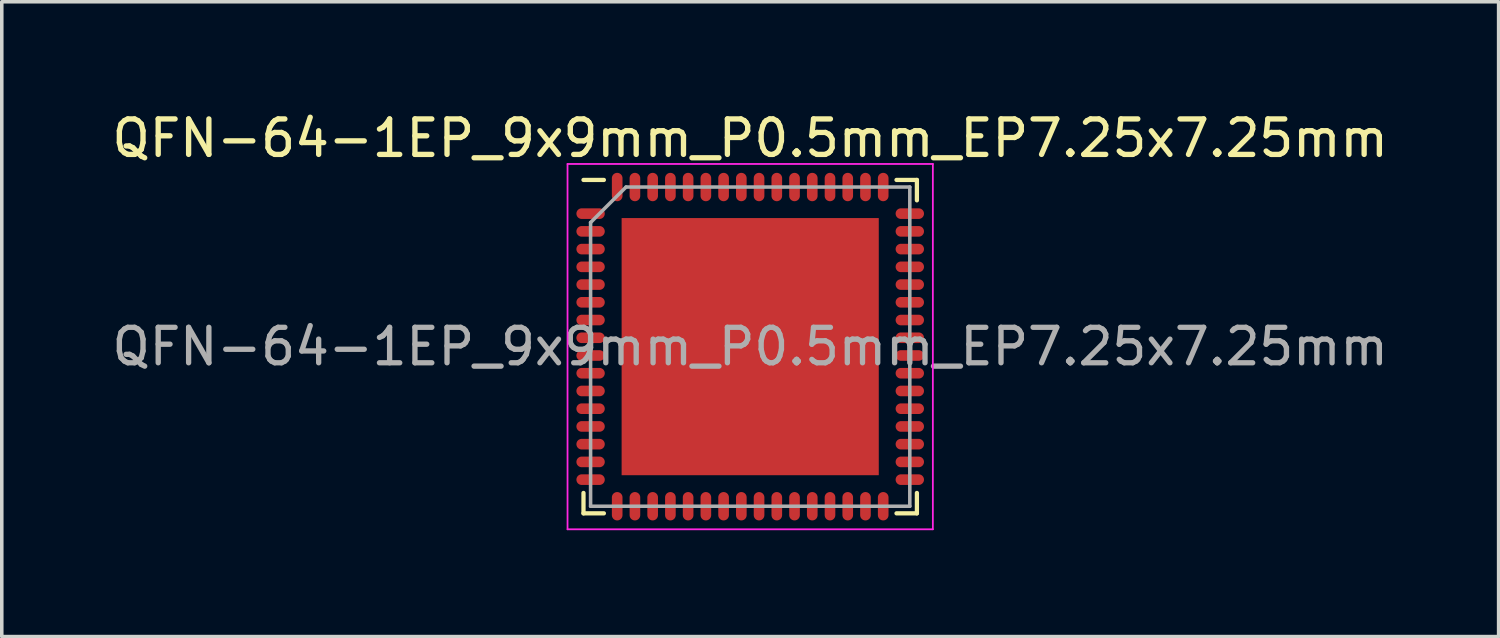
<source format=kicad_pcb>
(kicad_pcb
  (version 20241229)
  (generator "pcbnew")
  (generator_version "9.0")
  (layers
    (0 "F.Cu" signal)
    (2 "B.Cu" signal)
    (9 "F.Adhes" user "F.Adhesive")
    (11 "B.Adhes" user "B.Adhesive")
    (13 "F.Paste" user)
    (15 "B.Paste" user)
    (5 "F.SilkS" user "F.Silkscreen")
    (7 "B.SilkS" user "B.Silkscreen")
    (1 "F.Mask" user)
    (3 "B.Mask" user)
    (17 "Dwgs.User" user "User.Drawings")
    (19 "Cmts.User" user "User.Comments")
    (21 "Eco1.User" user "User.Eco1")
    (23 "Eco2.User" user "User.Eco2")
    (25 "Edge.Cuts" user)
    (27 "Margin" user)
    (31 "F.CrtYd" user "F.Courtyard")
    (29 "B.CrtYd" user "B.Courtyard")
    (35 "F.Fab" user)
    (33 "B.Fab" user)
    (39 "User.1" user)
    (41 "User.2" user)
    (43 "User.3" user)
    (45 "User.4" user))
  (footprint "QFN-64-1EP_9x9mm_P0.5mm_EP7.25x7.25mm"
    (layer "F.Cu")
    (at 18.101 6.723)
    (property "Reference" "QFN-64-1EP_9x9mm_P0.5mm_EP7.25x7.25mm" (at 0 -5.875 0) (layer "F.SilkS") (effects (font (size 1 1) (thickness 0.15))))
    (attr smd)
    (fp_line (start -4.7 -4.7) (end -4.125 -4.7) (stroke (width 0.12) (type solid)) (layer "F.SilkS"))
    (fp_line (start -4.7 4.7) (end -4.7 4.125) (stroke (width 0.12) (type solid)) (layer "F.SilkS"))
    (fp_line (start -4.7 4.7) (end -4.125 4.7) (stroke (width 0.12) (type solid)) (layer "F.SilkS"))
    (fp_line (start 4.7 -4.7) (end 4.125 -4.7) (stroke (width 0.12) (type solid)) (layer "F.SilkS"))
    (fp_line (start 4.7 -4.7) (end 4.7 -4.125) (stroke (width 0.12) (type solid)) (layer "F.SilkS"))
    (fp_line (start 4.7 4.7) (end 4.125 4.7) (stroke (width 0.12) (type solid)) (layer "F.SilkS"))
    (fp_line (start 4.7 4.7) (end 4.7 4.125) (stroke (width 0.12) (type solid)) (layer "F.SilkS"))
    (fp_line (start -5.15 -5.15) (end -5.15 5.15) (stroke (width 0.05) (type solid)) (layer "F.CrtYd"))
    (fp_line (start -5.15 -5.15) (end 5.15 -5.15) (stroke (width 0.05) (type solid)) (layer "F.CrtYd"))
    (fp_line (start -5.15 5.15) (end 5.15 5.15) (stroke (width 0.05) (type solid)) (layer "F.CrtYd"))
    (fp_line (start 5.15 -5.15) (end 5.15 5.15) (stroke (width 0.05) (type solid)) (layer "F.CrtYd"))
    (fp_line (start -4.5 -3.5) (end -3.5 -4.5) (stroke (width 0.1) (type solid)) (layer "F.Fab"))
    (fp_line (start -4.5 4.5) (end -4.5 -3.5) (stroke (width 0.1) (type solid)) (layer "F.Fab"))
    (fp_line (start -3.5 -4.5) (end 4.5 -4.5) (stroke (width 0.1) (type solid)) (layer "F.Fab"))
    (fp_line (start 4.5 -4.5) (end 4.5 4.5) (stroke (width 0.1) (type solid)) (layer "F.Fab"))
    (fp_line (start 4.5 4.5) (end -4.5 4.5) (stroke (width 0.1) (type solid)) (layer "F.Fab"))
    (fp_text user "${REFERENCE}" (at 0 0 0) (layer "F.Fab") (effects (font (size 1 1) (thickness 0.15))))
    (pad "" smd rect (at -2.8 -2.8) (size 1.19 1.19) (layers "F.Paste"))
    (pad "" smd rect (at -2.8 -1.4) (size 1.19 1.19) (layers "F.Paste"))
    (pad "" smd rect (at -2.8 0) (size 1.19 1.19) (layers "F.Paste"))
    (pad "" smd rect (at -2.8 1.4) (size 1.19 1.19) (layers "F.Paste"))
    (pad "" smd rect (at -2.8 2.8) (size 1.19 1.19) (layers "F.Paste"))
    (pad "" smd rect (at -1.4 -2.8) (size 1.19 1.19) (layers "F.Paste"))
    (pad "" smd rect (at -1.4 -1.4) (size 1.19 1.19) (layers "F.Paste"))
    (pad "" smd rect (at -1.4 0) (size 1.19 1.19) (layers "F.Paste"))
    (pad "" smd rect (at -1.4 1.4) (size 1.19 1.19) (layers "F.Paste"))
    (pad "" smd rect (at -1.4 2.8) (size 1.19 1.19) (layers "F.Paste"))
    (pad "" smd rect (at 0 -2.8) (size 1.19 1.19) (layers "F.Paste"))
    (pad "" smd rect (at 0 -1.4) (size 1.19 1.19) (layers "F.Paste"))
    (pad "" smd rect (at 0 0) (size 1.19 1.19) (layers "F.Paste"))
    (pad "" smd rect (at 0 1.4) (size 1.19 1.19) (layers "F.Paste"))
    (pad "" smd rect (at 0 2.8) (size 1.19 1.19) (layers "F.Paste"))
    (pad "" smd rect (at 1.4 -2.8) (size 1.19 1.19) (layers "F.Paste"))
    (pad "" smd rect (at 1.4 -1.4) (size 1.19 1.19) (layers "F.Paste"))
    (pad "" smd rect (at 1.4 0) (size 1.19 1.19) (layers "F.Paste"))
    (pad "" smd rect (at 1.4 1.4) (size 1.19 1.19) (layers "F.Paste"))
    (pad "" smd rect (at 1.4 2.8) (size 1.19 1.19) (layers "F.Paste"))
    (pad "" smd rect (at 2.8 -2.8) (size 1.19 1.19) (layers "F.Paste"))
    (pad "" smd rect (at 2.8 -1.4) (size 1.19 1.19) (layers "F.Paste"))
    (pad "" smd rect (at 2.8 0) (size 1.19 1.19) (layers "F.Paste"))
    (pad "" smd rect (at 2.8 1.4) (size 1.19 1.19) (layers "F.Paste"))
    (pad "" smd rect (at 2.8 2.8) (size 1.19 1.19) (layers "F.Paste"))
    (pad "1" smd oval (at -4.5 -3.75) (size 0.8 0.3) (layers "F.Cu" "F.Mask" "F.Paste"))
    (pad "2" smd oval (at -4.5 -3.25) (size 0.8 0.3) (layers "F.Cu" "F.Mask" "F.Paste"))
    (pad "3" smd oval (at -4.5 -2.75) (size 0.8 0.3) (layers "F.Cu" "F.Mask" "F.Paste"))
    (pad "4" smd oval (at -4.5 -2.25) (size 0.8 0.3) (layers "F.Cu" "F.Mask" "F.Paste"))
    (pad "5" smd oval (at -4.5 -1.75) (size 0.8 0.3) (layers "F.Cu" "F.Mask" "F.Paste"))
    (pad "6" smd oval (at -4.5 -1.25) (size 0.8 0.3) (layers "F.Cu" "F.Mask" "F.Paste"))
    (pad "7" smd oval (at -4.5 -0.75) (size 0.8 0.3) (layers "F.Cu" "F.Mask" "F.Paste"))
    (pad "8" smd oval (at -4.5 -0.25) (size 0.8 0.3) (layers "F.Cu" "F.Mask" "F.Paste"))
    (pad "9" smd oval (at -4.5 0.25) (size 0.8 0.3) (layers "F.Cu" "F.Mask" "F.Paste"))
    (pad "10" smd oval (at -4.5 0.75) (size 0.8 0.3) (layers "F.Cu" "F.Mask" "F.Paste"))
    (pad "11" smd oval (at -4.5 1.25) (size 0.8 0.3) (layers "F.Cu" "F.Mask" "F.Paste"))
    (pad "12" smd oval (at -4.5 1.75) (size 0.8 0.3) (layers "F.Cu" "F.Mask" "F.Paste"))
    (pad "13" smd oval (at -4.5 2.25) (size 0.8 0.3) (layers "F.Cu" "F.Mask" "F.Paste"))
    (pad "14" smd oval (at -4.5 2.75) (size 0.8 0.3) (layers "F.Cu" "F.Mask" "F.Paste"))
    (pad "15" smd oval (at -4.5 3.25) (size 0.8 0.3) (layers "F.Cu" "F.Mask" "F.Paste"))
    (pad "16" smd oval (at -4.5 3.75) (size 0.8 0.3) (layers "F.Cu" "F.Mask" "F.Paste"))
    (pad "17" smd oval (at -3.75 4.5 90) (size 0.8 0.3) (layers "F.Cu" "F.Mask" "F.Paste"))
    (pad "18" smd oval (at -3.25 4.5 90) (size 0.8 0.3) (layers "F.Cu" "F.Mask" "F.Paste"))
    (pad "19" smd oval (at -2.75 4.5 90) (size 0.8 0.3) (layers "F.Cu" "F.Mask" "F.Paste"))
    (pad "20" smd oval (at -2.25 4.5 90) (size 0.8 0.3) (layers "F.Cu" "F.Mask" "F.Paste"))
    (pad "21" smd oval (at -1.75 4.5 90) (size 0.8 0.3) (layers "F.Cu" "F.Mask" "F.Paste"))
    (pad "22" smd oval (at -1.25 4.5 90) (size 0.8 0.3) (layers "F.Cu" "F.Mask" "F.Paste"))
    (pad "23" smd oval (at -0.75 4.5 90) (size 0.8 0.3) (layers "F.Cu" "F.Mask" "F.Paste"))
    (pad "24" smd oval (at -0.25 4.5 90) (size 0.8 0.3) (layers "F.Cu" "F.Mask" "F.Paste"))
    (pad "25" smd oval (at 0.25 4.5 90) (size 0.8 0.3) (layers "F.Cu" "F.Mask" "F.Paste"))
    (pad "26" smd oval (at 0.75 4.5 90) (size 0.8 0.3) (layers "F.Cu" "F.Mask" "F.Paste"))
    (pad "27" smd oval (at 1.25 4.5 90) (size 0.8 0.3) (layers "F.Cu" "F.Mask" "F.Paste"))
    (pad "28" smd oval (at 1.75 4.5 90) (size 0.8 0.3) (layers "F.Cu" "F.Mask" "F.Paste"))
    (pad "29" smd oval (at 2.25 4.5 90) (size 0.8 0.3) (layers "F.Cu" "F.Mask" "F.Paste"))
    (pad "30" smd oval (at 2.75 4.5 90) (size 0.8 0.3) (layers "F.Cu" "F.Mask" "F.Paste"))
    (pad "31" smd oval (at 3.25 4.5 90) (size 0.8 0.3) (layers "F.Cu" "F.Mask" "F.Paste"))
    (pad "32" smd oval (at 3.75 4.5 90) (size 0.8 0.3) (layers "F.Cu" "F.Mask" "F.Paste"))
    (pad "33" smd oval (at 4.5 3.75) (size 0.8 0.3) (layers "F.Cu" "F.Mask" "F.Paste"))
    (pad "34" smd oval (at 4.5 3.25) (size 0.8 0.3) (layers "F.Cu" "F.Mask" "F.Paste"))
    (pad "35" smd oval (at 4.5 2.75) (size 0.8 0.3) (layers "F.Cu" "F.Mask" "F.Paste"))
    (pad "36" smd oval (at 4.5 2.25) (size 0.8 0.3) (layers "F.Cu" "F.Mask" "F.Paste"))
    (pad "37" smd oval (at 4.5 1.75) (size 0.8 0.3) (layers "F.Cu" "F.Mask" "F.Paste"))
    (pad "38" smd oval (at 4.5 1.25) (size 0.8 0.3) (layers "F.Cu" "F.Mask" "F.Paste"))
    (pad "39" smd oval (at 4.5 0.75) (size 0.8 0.3) (layers "F.Cu" "F.Mask" "F.Paste"))
    (pad "40" smd oval (at 4.5 0.25) (size 0.8 0.3) (layers "F.Cu" "F.Mask" "F.Paste"))
    (pad "41" smd oval (at 4.5 -0.25) (size 0.8 0.3) (layers "F.Cu" "F.Mask" "F.Paste"))
    (pad "42" smd oval (at 4.5 -0.75) (size 0.8 0.3) (layers "F.Cu" "F.Mask" "F.Paste"))
    (pad "43" smd oval (at 4.5 -1.25) (size 0.8 0.3) (layers "F.Cu" "F.Mask" "F.Paste"))
    (pad "44" smd oval (at 4.5 -1.75) (size 0.8 0.3) (layers "F.Cu" "F.Mask" "F.Paste"))
    (pad "45" smd oval (at 4.5 -2.25) (size 0.8 0.3) (layers "F.Cu" "F.Mask" "F.Paste"))
    (pad "46" smd oval (at 4.5 -2.75) (size 0.8 0.3) (layers "F.Cu" "F.Mask" "F.Paste"))
    (pad "47" smd oval (at 4.5 -3.25) (size 0.8 0.3) (layers "F.Cu" "F.Mask" "F.Paste"))
    (pad "48" smd oval (at 4.5 -3.75) (size 0.8 0.3) (layers "F.Cu" "F.Mask" "F.Paste"))
    (pad "49" smd oval (at 3.75 -4.5 90) (size 0.8 0.3) (layers "F.Cu" "F.Mask" "F.Paste"))
    (pad "50" smd oval (at 3.25 -4.5 90) (size 0.8 0.3) (layers "F.Cu" "F.Mask" "F.Paste"))
    (pad "51" smd oval (at 2.75 -4.5 90) (size 0.8 0.3) (layers "F.Cu" "F.Mask" "F.Paste"))
    (pad "52" smd oval (at 2.25 -4.5 90) (size 0.8 0.3) (layers "F.Cu" "F.Mask" "F.Paste"))
    (pad "53" smd oval (at 1.75 -4.5 90) (size 0.8 0.3) (layers "F.Cu" "F.Mask" "F.Paste"))
    (pad "54" smd oval (at 1.25 -4.5 90) (size 0.8 0.3) (layers "F.Cu" "F.Mask" "F.Paste"))
    (pad "55" smd oval (at 0.75 -4.5 90) (size 0.8 0.3) (layers "F.Cu" "F.Mask" "F.Paste"))
    (pad "56" smd oval (at 0.25 -4.5 90) (size 0.8 0.3) (layers "F.Cu" "F.Mask" "F.Paste"))
    (pad "57" smd oval (at -0.25 -4.5 90) (size 0.8 0.3) (layers "F.Cu" "F.Mask" "F.Paste"))
    (pad "58" smd oval (at -0.75 -4.5 90) (size 0.8 0.3) (layers "F.Cu" "F.Mask" "F.Paste"))
    (pad "59" smd oval (at -1.25 -4.5 90) (size 0.8 0.3) (layers "F.Cu" "F.Mask" "F.Paste"))
    (pad "60" smd oval (at -1.75 -4.5 90) (size 0.8 0.3) (layers "F.Cu" "F.Mask" "F.Paste"))
    (pad "61" smd oval (at -2.25 -4.5 90) (size 0.8 0.3) (layers "F.Cu" "F.Mask" "F.Paste"))
    (pad "62" smd oval (at -2.75 -4.5 90) (size 0.8 0.3) (layers "F.Cu" "F.Mask" "F.Paste"))
    (pad "63" smd oval (at -3.25 -4.5 90) (size 0.8 0.3) (layers "F.Cu" "F.Mask" "F.Paste"))
    (pad "64" smd oval (at -3.75 -4.5 90) (size 0.8 0.3) (layers "F.Cu" "F.Mask" "F.Paste"))
    (pad "65" smd rect (at 0 0) (size 7.25 7.25) (layers "F.Cu" "F.Mask")))
  (gr_rect
    (start -3 -3)
    (end 39.202 14.898)
    (stroke (width 0.1) (type default))
    (fill no)
    (layer "Edge.Cuts")))
</source>
